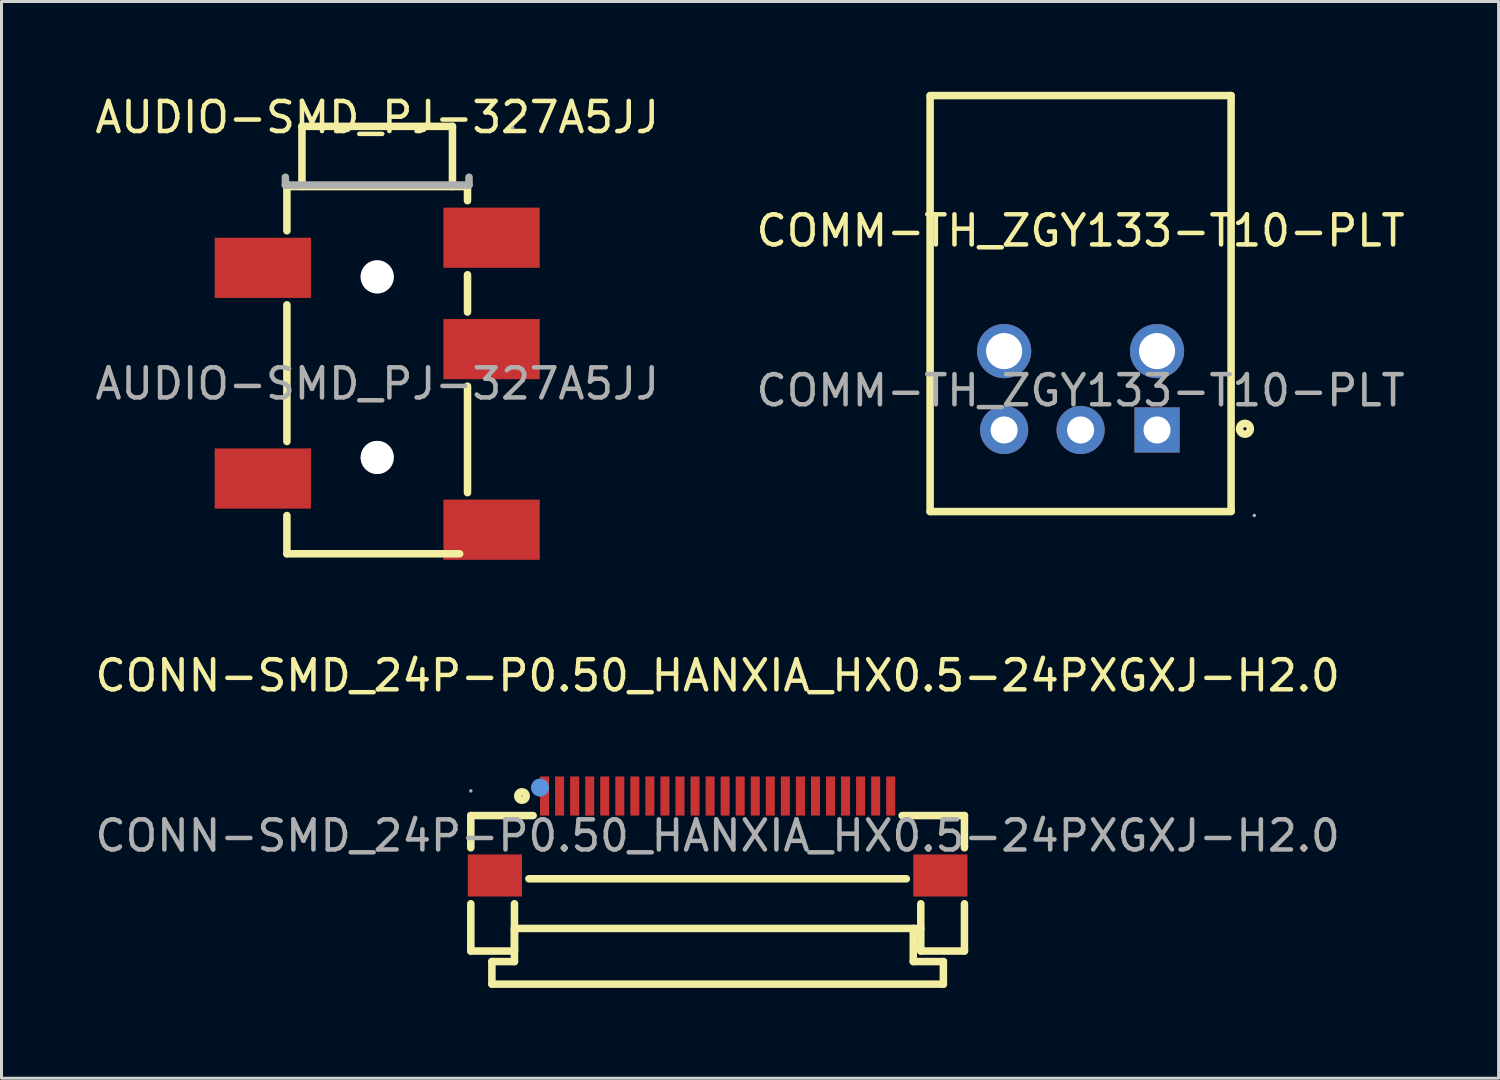
<source format=kicad_pcb>
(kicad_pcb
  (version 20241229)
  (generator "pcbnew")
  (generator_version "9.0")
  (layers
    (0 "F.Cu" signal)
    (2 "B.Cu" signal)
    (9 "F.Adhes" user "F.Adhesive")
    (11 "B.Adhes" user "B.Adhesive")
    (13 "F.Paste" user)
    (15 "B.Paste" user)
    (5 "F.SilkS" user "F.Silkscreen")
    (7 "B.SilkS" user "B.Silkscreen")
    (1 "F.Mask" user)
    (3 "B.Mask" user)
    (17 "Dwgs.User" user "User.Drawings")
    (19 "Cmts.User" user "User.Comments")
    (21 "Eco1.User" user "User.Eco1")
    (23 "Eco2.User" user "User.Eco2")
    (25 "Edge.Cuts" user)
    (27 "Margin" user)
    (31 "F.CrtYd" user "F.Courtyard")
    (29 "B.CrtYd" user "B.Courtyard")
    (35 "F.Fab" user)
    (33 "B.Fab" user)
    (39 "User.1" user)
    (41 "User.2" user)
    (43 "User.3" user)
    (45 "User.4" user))
  (footprint "COMM-TH_ZGY133-T10-PLT"
    (layer "F.Cu")
    (at 32.851 9.925)
    (property "Reference" "COMM-TH_ZGY133-T10-PLT" (at 0 -5.31 0) (layer "F.SilkS") (effects (font (size 1 1) (thickness 0.15))))
    (attr through_hole)
    (fp_line (start -5 -9.8) (end 5 -9.8) (stroke (width 0.25) (type solid)) (layer "F.SilkS"))
    (fp_line (start -5 4.02) (end -5 -9.79) (stroke (width 0.25) (type solid)) (layer "F.SilkS"))
    (fp_line (start 5 -9.8) (end 5 4.01) (stroke (width 0.25) (type solid)) (layer "F.SilkS"))
    (fp_line (start 5 4.02) (end -5 4.02) (stroke (width 0.25) (type solid)) (layer "F.SilkS"))
    (fp_circle (center 5.46 1.27) (end 5.64 1.27) (stroke (width 0.25) (type solid)) (fill no) (layer "F.SilkS"))
    (fp_circle (center -2.54 -1.31) (end -2.29 -1.31) (stroke (width 0.5) (type solid)) (fill no) (layer "F.Fab"))
    (fp_circle (center -2.54 1.31) (end -2.36 1.31) (stroke (width 0.35) (type solid)) (fill no) (layer "F.Fab"))
    (fp_circle (center 0 1.31) (end 0.18 1.31) (stroke (width 0.35) (type solid)) (fill no) (layer "F.Fab"))
    (fp_circle (center 2.54 -1.31) (end 2.79 -1.31) (stroke (width 0.5) (type solid)) (fill no) (layer "F.Fab"))
    (fp_circle (center 2.54 1.31) (end 2.72 1.31) (stroke (width 0.35) (type solid)) (fill no) (layer "F.Fab"))
    (fp_circle (center 5.77 4.15) (end 5.8 4.15) (stroke (width 0.06) (type solid)) (fill no) (layer "F.Fab"))
    (fp_text user "${REFERENCE}" (at 0 0 0) (layer "F.Fab") (effects (font (size 1 1) (thickness 0.15))))
    (pad "1" thru_hole rect (at 2.54 1.31) (size 1.5 1.5) (drill 0.9) (layers "*.Cu" "*.Mask"))
    (pad "2" thru_hole circle (at 0 1.31) (size 1.6 1.6) (drill 0.9) (layers "*.Cu" "*.Mask"))
    (pad "3" thru_hole circle (at -2.54 1.31) (size 1.6 1.6) (drill 0.9) (layers "*.Cu" "*.Mask"))
    (pad "4" thru_hole circle (at 2.54 -1.31) (size 1.8 1.8) (drill 1.2) (layers "*.Cu" "*.Mask"))
    (pad "5" thru_hole circle (at -2.54 -1.31) (size 1.8 1.8) (drill 1.2) (layers "*.Cu" "*.Mask")))
  (footprint "CONN-SMD_24P-P0.50_HANXIA_HX0.5-24PXGXJ-H2.0"
    (layer "F.Cu")
    (at 20.792 24.716)
    (property "Reference" "CONN-SMD_24P-P0.50_HANXIA_HX0.5-24PXGXJ-H2.0" (at 0 -5.32 0) (layer "F.SilkS") (effects (font (size 1 1) (thickness 0.15))))
    (attr smd)
    (fp_line (start -8.2 -0.67) (end -6.13 -0.67) (stroke (width 0.25) (type solid)) (layer "F.SilkS"))
    (fp_line (start -8.2 0.4) (end -8.2 -0.67) (stroke (width 0.25) (type solid)) (layer "F.SilkS"))
    (fp_line (start -8.2 3.83) (end -8.2 2.26) (stroke (width 0.25) (type solid)) (layer "F.SilkS"))
    (fp_line (start -8.2 3.83) (end -6.75 3.83) (stroke (width 0.25) (type solid)) (layer "F.SilkS"))
    (fp_line (start -7.5 4.18) (end -7.5 4.93) (stroke (width 0.25) (type solid)) (layer "F.SilkS"))
    (fp_line (start -7.5 4.93) (end 7.5 4.93) (stroke (width 0.25) (type solid)) (layer "F.SilkS"))
    (fp_line (start -6.75 3.08) (end -6.75 4.18) (stroke (width 0.25) (type solid)) (layer "F.SilkS"))
    (fp_line (start -6.75 3.08) (end 6.75 3.08) (stroke (width 0.25) (type solid)) (layer "F.SilkS"))
    (fp_line (start -6.75 3.83) (end -6.75 2.26) (stroke (width 0.25) (type solid)) (layer "F.SilkS"))
    (fp_line (start -6.75 4.18) (end -7.5 4.18) (stroke (width 0.25) (type solid)) (layer "F.SilkS"))
    (fp_line (start 6.13 -0.67) (end 8.2 -0.67) (stroke (width 0.25) (type solid)) (layer "F.SilkS"))
    (fp_line (start 6.27 1.43) (end -6.27 1.43) (stroke (width 0.25) (type solid)) (layer "F.SilkS"))
    (fp_line (start 6.5 4.18) (end 6.5 3.08) (stroke (width 0.25) (type solid)) (layer "F.SilkS"))
    (fp_line (start 6.75 3.83) (end 6.75 2.26) (stroke (width 0.25) (type solid)) (layer "F.SilkS"))
    (fp_line (start 7.5 4.18) (end 6.5 4.18) (stroke (width 0.25) (type solid)) (layer "F.SilkS"))
    (fp_line (start 7.5 4.93) (end 7.5 4.18) (stroke (width 0.25) (type solid)) (layer "F.SilkS"))
    (fp_line (start 8.2 0.4) (end 8.2 -0.67) (stroke (width 0.25) (type solid)) (layer "F.SilkS"))
    (fp_line (start 8.2 3.83) (end 6.75 3.83) (stroke (width 0.25) (type solid)) (layer "F.SilkS"))
    (fp_line (start 8.2 3.83) (end 8.2 2.26) (stroke (width 0.25) (type solid)) (layer "F.SilkS"))
    (fp_circle (center -6.5 -1.32) (end -6.36 -1.32) (stroke (width 0.25) (type solid)) (fill no) (layer "F.SilkS"))
    (fp_circle (center -5.9 -1.6) (end -5.75 -1.6) (stroke (width 0.3) (type solid)) (fill no) (layer "Cmts.User"))
    (fp_circle (center -8.2 -1.49) (end -8.17 -1.49) (stroke (width 0.06) (type solid)) (fill no) (layer "F.Fab"))
    (fp_text user "${REFERENCE}" (at 0 0 0) (layer "F.Fab") (effects (font (size 1 1) (thickness 0.15))))
    (pad "1" smd rect (at -5.75 -1.32) (size 0.3 1.3) (layers "F.Cu" "F.Mask" "F.Paste"))
    (pad "2" smd rect (at -5.25 -1.32) (size 0.3 1.3) (layers "F.Cu" "F.Mask" "F.Paste"))
    (pad "3" smd rect (at -4.75 -1.32) (size 0.3 1.3) (layers "F.Cu" "F.Mask" "F.Paste"))
    (pad "4" smd rect (at -4.25 -1.32) (size 0.3 1.3) (layers "F.Cu" "F.Mask" "F.Paste"))
    (pad "5" smd rect (at -3.75 -1.32) (size 0.3 1.3) (layers "F.Cu" "F.Mask" "F.Paste"))
    (pad "6" smd rect (at -3.25 -1.32) (size 0.3 1.3) (layers "F.Cu" "F.Mask" "F.Paste"))
    (pad "7" smd rect (at -2.75 -1.32) (size 0.3 1.3) (layers "F.Cu" "F.Mask" "F.Paste"))
    (pad "8" smd rect (at -2.25 -1.32) (size 0.3 1.3) (layers "F.Cu" "F.Mask" "F.Paste"))
    (pad "9" smd rect (at -1.75 -1.32) (size 0.3 1.3) (layers "F.Cu" "F.Mask" "F.Paste"))
    (pad "10" smd rect (at -1.25 -1.32) (size 0.3 1.3) (layers "F.Cu" "F.Mask" "F.Paste"))
    (pad "11" smd rect (at -0.75 -1.32) (size 0.3 1.3) (layers "F.Cu" "F.Mask" "F.Paste"))
    (pad "12" smd rect (at -0.25 -1.32) (size 0.3 1.3) (layers "F.Cu" "F.Mask" "F.Paste"))
    (pad "13" smd rect (at 0.25 -1.32) (size 0.3 1.3) (layers "F.Cu" "F.Mask" "F.Paste"))
    (pad "14" smd rect (at 0.75 -1.32) (size 0.3 1.3) (layers "F.Cu" "F.Mask" "F.Paste"))
    (pad "15" smd rect (at 1.25 -1.32) (size 0.3 1.3) (layers "F.Cu" "F.Mask" "F.Paste"))
    (pad "16" smd rect (at 1.75 -1.32) (size 0.3 1.3) (layers "F.Cu" "F.Mask" "F.Paste"))
    (pad "17" smd rect (at 2.25 -1.32) (size 0.3 1.3) (layers "F.Cu" "F.Mask" "F.Paste"))
    (pad "18" smd rect (at 2.75 -1.32) (size 0.3 1.3) (layers "F.Cu" "F.Mask" "F.Paste"))
    (pad "19" smd rect (at 3.25 -1.32) (size 0.3 1.3) (layers "F.Cu" "F.Mask" "F.Paste"))
    (pad "20" smd rect (at 3.75 -1.32) (size 0.3 1.3) (layers "F.Cu" "F.Mask" "F.Paste"))
    (pad "21" smd rect (at 4.25 -1.32) (size 0.3 1.3) (layers "F.Cu" "F.Mask" "F.Paste"))
    (pad "22" smd rect (at 4.75 -1.32) (size 0.3 1.3) (layers "F.Cu" "F.Mask" "F.Paste"))
    (pad "23" smd rect (at 5.25 -1.32) (size 0.3 1.3) (layers "F.Cu" "F.Mask" "F.Paste"))
    (pad "24" smd rect (at 5.75 -1.32) (size 0.3 1.3) (layers "F.Cu" "F.Mask" "F.Paste"))
    (pad "25" smd rect (at 7.4 1.32 90) (size 1.4 1.8) (layers "F.Cu" "F.Mask" "F.Paste"))
    (pad "26" smd rect (at -7.4 1.32 90) (size 1.4 1.8) (layers "F.Cu" "F.Mask" "F.Paste")))
  (footprint "AUDIO-SMD_PJ-327A5JJ"
    (layer "F.Cu")
    (at 9.482 9.698)
    (property "Reference" "AUDIO-SMD_PJ-327A5JJ" (at 0 -8.85 0) (layer "F.SilkS") (effects (font (size 1 1) (thickness 0.15))))
    (attr smd)
    (fp_line (start -3 -6.55) (end -3 -5.08) (stroke (width 0.25) (type solid)) (layer "F.SilkS"))
    (fp_line (start -3 -2.62) (end -3 1.92) (stroke (width 0.25) (type solid)) (layer "F.SilkS"))
    (fp_line (start -3 4.38) (end -3 5.65) (stroke (width 0.25) (type solid)) (layer "F.SilkS"))
    (fp_line (start -3 5.65) (end 2.74 5.65) (stroke (width 0.25) (type solid)) (layer "F.SilkS"))
    (fp_line (start -2.5 -6.55) (end -2.5 -8.55) (stroke (width 0.25) (type solid)) (layer "F.SilkS"))
    (fp_line (start 2.5 -8.55) (end -2.5 -8.55) (stroke (width 0.25) (type solid)) (layer "F.SilkS"))
    (fp_line (start 2.5 -6.55) (end 2.5 -8.55) (stroke (width 0.25) (type solid)) (layer "F.SilkS"))
    (fp_line (start 3 -6.55) (end -3 -6.55) (stroke (width 0.25) (type solid)) (layer "F.SilkS"))
    (fp_line (start 3 -6.55) (end 3 -6.08) (stroke (width 0.25) (type solid)) (layer "F.SilkS"))
    (fp_line (start 3 -3.62) (end 3 -2.38) (stroke (width 0.25) (type solid)) (layer "F.SilkS"))
    (fp_line (start 3 0.08) (end 3 3.62) (stroke (width 0.25) (type solid)) (layer "F.SilkS"))
    (fp_line (start -3.05 -6.86) (end -3.05 -6.6) (stroke (width 0.25) (type solid)) (layer "F.Fab"))
    (fp_line (start -3.05 -6.6) (end 3.05 -6.6) (stroke (width 0.25) (type solid)) (layer "F.Fab"))
    (fp_line (start 3.05 -6.6) (end 3.05 -6.86) (stroke (width 0.25) (type solid)) (layer "F.Fab"))
    (fp_circle (center 0 -3.55) (end 0.23 -3.55) (stroke (width 0.45) (type solid)) (fill no) (layer "F.Fab"))
    (fp_circle (center 0 2.45) (end 0.23 2.45) (stroke (width 0.45) (type solid)) (fill no) (layer "F.Fab"))
    (fp_circle (center 4.5 -8.5) (end 4.53 -8.5) (stroke (width 0.06) (type solid)) (fill no) (layer "F.Fab"))
    (fp_text user "${REFERENCE}" (at 0 0 0) (layer "F.Fab") (effects (font (size 1 1) (thickness 0.15))))
    (pad "" thru_hole circle (at 0 -3.55) (size 1.1 1.1) (drill 1.1) (layers "*.Cu" "*.Mask"))
    (pad "" thru_hole circle (at 0 2.45) (size 1.1 1.1) (drill 1.1) (layers "*.Cu" "*.Mask"))
    (pad "1" smd rect (at 3.8 -4.85 270) (size 2 3.2) (layers "F.Cu" "F.Mask" "F.Paste"))
    (pad "2" smd rect (at -3.8 -3.85 270) (size 2 3.2) (layers "F.Cu" "F.Mask" "F.Paste"))
    (pad "3" smd rect (at 3.8 -1.15 270) (size 2 3.2) (layers "F.Cu" "F.Mask" "F.Paste"))
    (pad "4" smd rect (at -3.8 3.15 270) (size 2 3.2) (layers "F.Cu" "F.Mask" "F.Paste"))
    (pad "5" smd rect (at 3.8 4.85 270) (size 2 3.2) (layers "F.Cu" "F.Mask" "F.Paste")))
  (gr_rect
    (start -3 -3)
    (end 46.738 32.772)
    (stroke (width 0.1) (type default))
    (fill no)
    (layer "Edge.Cuts")))
</source>
